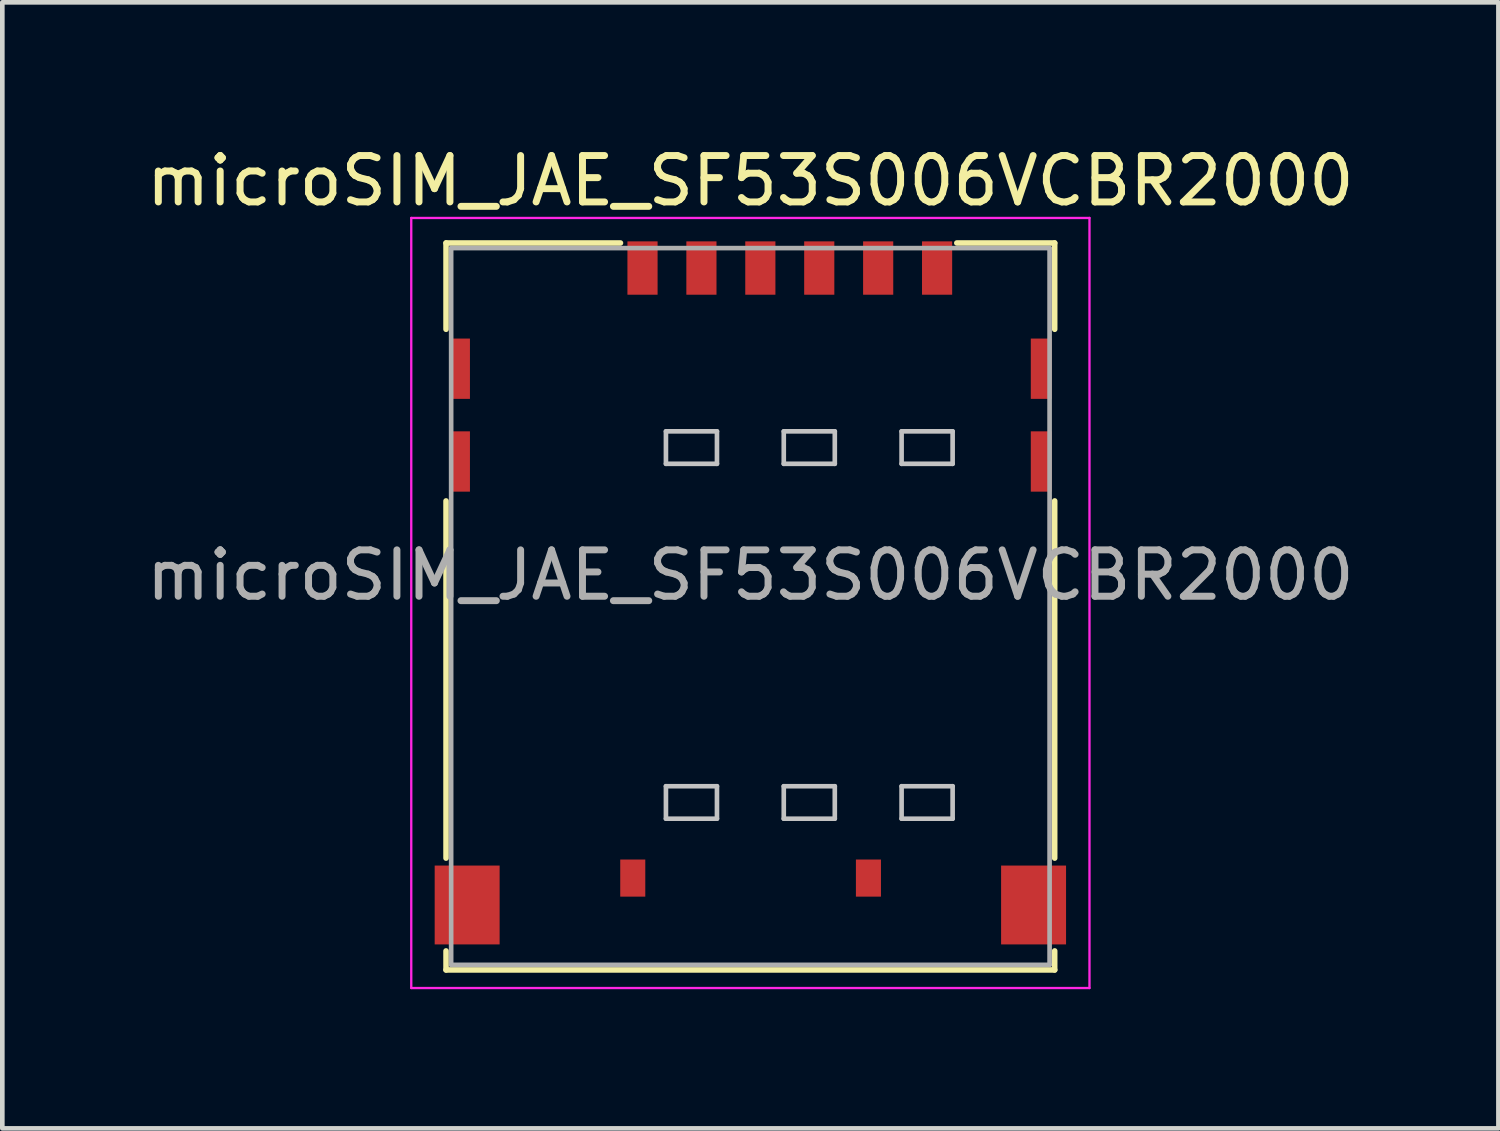
<source format=kicad_pcb>
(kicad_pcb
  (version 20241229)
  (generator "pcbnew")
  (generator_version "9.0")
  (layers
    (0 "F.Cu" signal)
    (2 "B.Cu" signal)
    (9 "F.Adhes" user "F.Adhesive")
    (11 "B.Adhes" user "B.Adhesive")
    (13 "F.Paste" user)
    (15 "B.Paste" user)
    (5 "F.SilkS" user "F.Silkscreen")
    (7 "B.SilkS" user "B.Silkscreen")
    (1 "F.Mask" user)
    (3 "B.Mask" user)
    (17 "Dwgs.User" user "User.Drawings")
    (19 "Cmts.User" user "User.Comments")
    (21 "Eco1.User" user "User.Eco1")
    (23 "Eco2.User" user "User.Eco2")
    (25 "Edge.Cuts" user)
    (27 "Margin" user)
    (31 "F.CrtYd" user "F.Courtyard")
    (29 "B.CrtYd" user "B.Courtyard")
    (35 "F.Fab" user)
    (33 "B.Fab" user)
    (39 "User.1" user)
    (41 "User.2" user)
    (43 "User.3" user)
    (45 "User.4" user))
  (footprint "microSIM_JAE_SF53S006VCBR2000"
    (layer "F.Cu")
    (at 13.125 9.348)
    (property "Reference" "microSIM_JAE_SF53S006VCBR2000" (at 0 -8.5 0) (layer "F.SilkS") (effects (font (size 1 1) (thickness 0.15))))
    (attr smd)
    (fp_line (start -6.56 -7.16) (end -2.8 -7.16) (stroke (width 0.12) (type solid)) (layer "F.SilkS"))
    (fp_line (start -6.56 -5.3) (end -6.56 -7.16) (stroke (width 0.12) (type solid)) (layer "F.SilkS"))
    (fp_line (start -6.56 6.1) (end -6.56 -1.6) (stroke (width 0.12) (type solid)) (layer "F.SilkS"))
    (fp_line (start -6.56 8.1) (end -6.56 8.51) (stroke (width 0.12) (type solid)) (layer "F.SilkS"))
    (fp_line (start -6.56 8.51) (end 6.56 8.51) (stroke (width 0.12) (type solid)) (layer "F.SilkS"))
    (fp_line (start 4.45 -7.16) (end 6.56 -7.16) (stroke (width 0.12) (type solid)) (layer "F.SilkS"))
    (fp_line (start 6.56 -5.3) (end 6.56 -7.16) (stroke (width 0.12) (type solid)) (layer "F.SilkS"))
    (fp_line (start 6.56 6.1) (end 6.56 -1.6) (stroke (width 0.12) (type solid)) (layer "F.SilkS"))
    (fp_line (start 6.56 8.1) (end 6.56 8.51) (stroke (width 0.12) (type solid)) (layer "F.SilkS"))
    (fp_line (start -1.82 -3.1) (end -1.82 -2.4) (stroke (width 0.1) (type solid)) (layer "Dwgs.User"))
    (fp_line (start -1.82 -3.1) (end -0.72 -3.1) (stroke (width 0.1) (type solid)) (layer "Dwgs.User"))
    (fp_line (start -1.82 -2.4) (end -0.72 -2.4) (stroke (width 0.1) (type solid)) (layer "Dwgs.User"))
    (fp_line (start -1.82 4.55) (end -1.82 5.25) (stroke (width 0.1) (type solid)) (layer "Dwgs.User"))
    (fp_line (start -1.82 4.55) (end -0.72 4.55) (stroke (width 0.1) (type solid)) (layer "Dwgs.User"))
    (fp_line (start -1.82 5.25) (end -0.72 5.25) (stroke (width 0.1) (type solid)) (layer "Dwgs.User"))
    (fp_line (start -0.72 -3.1) (end -0.72 -2.4) (stroke (width 0.1) (type solid)) (layer "Dwgs.User"))
    (fp_line (start -0.72 4.55) (end -0.72 5.25) (stroke (width 0.1) (type solid)) (layer "Dwgs.User"))
    (fp_line (start 0.72 -3.1) (end 0.72 -2.4) (stroke (width 0.1) (type solid)) (layer "Dwgs.User"))
    (fp_line (start 0.72 -3.1) (end 1.82 -3.1) (stroke (width 0.1) (type solid)) (layer "Dwgs.User"))
    (fp_line (start 0.72 -2.4) (end 1.82 -2.4) (stroke (width 0.1) (type solid)) (layer "Dwgs.User"))
    (fp_line (start 0.72 4.55) (end 0.72 5.25) (stroke (width 0.1) (type solid)) (layer "Dwgs.User"))
    (fp_line (start 0.72 4.55) (end 1.82 4.55) (stroke (width 0.1) (type solid)) (layer "Dwgs.User"))
    (fp_line (start 0.72 5.25) (end 1.82 5.25) (stroke (width 0.1) (type solid)) (layer "Dwgs.User"))
    (fp_line (start 1.82 -3.1) (end 1.82 -2.4) (stroke (width 0.1) (type solid)) (layer "Dwgs.User"))
    (fp_line (start 1.82 4.55) (end 1.82 5.25) (stroke (width 0.1) (type solid)) (layer "Dwgs.User"))
    (fp_line (start 3.26 -3.1) (end 3.26 -2.4) (stroke (width 0.1) (type solid)) (layer "Dwgs.User"))
    (fp_line (start 3.26 -3.1) (end 4.36 -3.1) (stroke (width 0.1) (type solid)) (layer "Dwgs.User"))
    (fp_line (start 3.26 -2.4) (end 4.36 -2.4) (stroke (width 0.1) (type solid)) (layer "Dwgs.User"))
    (fp_line (start 3.26 4.55) (end 3.26 5.25) (stroke (width 0.1) (type solid)) (layer "Dwgs.User"))
    (fp_line (start 3.26 4.55) (end 4.36 4.55) (stroke (width 0.1) (type solid)) (layer "Dwgs.User"))
    (fp_line (start 3.26 5.25) (end 4.36 5.25) (stroke (width 0.1) (type solid)) (layer "Dwgs.User"))
    (fp_line (start 4.36 -3.1) (end 4.36 -2.4) (stroke (width 0.1) (type solid)) (layer "Dwgs.User"))
    (fp_line (start 4.36 4.55) (end 4.36 5.25) (stroke (width 0.1) (type solid)) (layer "Dwgs.User"))
    (fp_line (start -7.31 -7.7) (end -7.31 8.9) (stroke (width 0.05) (type solid)) (layer "F.CrtYd"))
    (fp_line (start -7.31 -7.7) (end 7.31 -7.7) (stroke (width 0.05) (type solid)) (layer "F.CrtYd"))
    (fp_line (start -7.31 8.9) (end 7.31 8.9) (stroke (width 0.05) (type solid)) (layer "F.CrtYd"))
    (fp_line (start 7.31 -7.7) (end 7.31 8.9) (stroke (width 0.05) (type solid)) (layer "F.CrtYd"))
    (fp_line (start -6.45 -7.05) (end -6.45 8.4) (stroke (width 0.1) (type solid)) (layer "F.Fab"))
    (fp_line (start -6.45 -7.05) (end 6.45 -7.05) (stroke (width 0.1) (type solid)) (layer "F.Fab"))
    (fp_line (start -6.45 8.4) (end 6.45 8.4) (stroke (width 0.1) (type solid)) (layer "F.Fab"))
    (fp_line (start 6.45 -7.05) (end 6.45 8.4) (stroke (width 0.1) (type solid)) (layer "F.Fab"))
    (fp_text user "${REFERENCE}" (at 0 0 0) (layer "F.Fab") (effects (font (size 1 1) (thickness 0.15))))
    (pad "1" smd rect (at 2.755 -6.62) (size 0.65 1.15) (layers "F.Cu" "F.Mask" "F.Paste"))
    (pad "2" smd rect (at 0.215 -6.62) (size 0.65 1.15) (layers "F.Cu" "F.Mask" "F.Paste"))
    (pad "3" smd rect (at -2.325 -6.62) (size 0.65 1.15) (layers "F.Cu" "F.Mask" "F.Paste"))
    (pad "5" smd rect (at 4.025 -6.62) (size 0.65 1.15) (layers "F.Cu" "F.Mask" "F.Paste"))
    (pad "6" smd rect (at 1.485 -6.62) (size 0.65 1.15) (layers "F.Cu" "F.Mask" "F.Paste"))
    (pad "7" smd rect (at -1.055 -6.62) (size 0.65 1.15) (layers "F.Cu" "F.Mask" "F.Paste"))
    (pad "SH" smd rect (at -6.27 -4.45) (size 0.45 1.3) (layers "F.Cu" "F.Mask" "F.Paste"))
    (pad "SH" smd rect (at -6.27 -2.45) (size 0.45 1.3) (layers "F.Cu" "F.Mask" "F.Paste"))
    (pad "SH" smd rect (at -6.105 7.11) (size 1.4 1.7) (layers "F.Cu" "F.Mask" "F.Paste"))
    (pad "SH" smd rect (at -2.535 6.53) (size 0.54 0.8) (layers "F.Cu" "F.Mask" "F.Paste"))
    (pad "SH" smd rect (at 2.545 6.53) (size 0.54 0.8) (layers "F.Cu" "F.Mask" "F.Paste"))
    (pad "SH" smd rect (at 6.105 7.11) (size 1.4 1.7) (layers "F.Cu" "F.Mask" "F.Paste"))
    (pad "SH" smd rect (at 6.27 -4.45) (size 0.45 1.3) (layers "F.Cu" "F.Mask" "F.Paste"))
    (pad "SH" smd rect (at 6.27 -2.45) (size 0.45 1.3) (layers "F.Cu" "F.Mask" "F.Paste")))
  (gr_rect
    (start -3 -3)
    (end 29.25 21.273)
    (stroke (width 0.1) (type default))
    (fill no)
    (layer "Edge.Cuts")))
</source>
